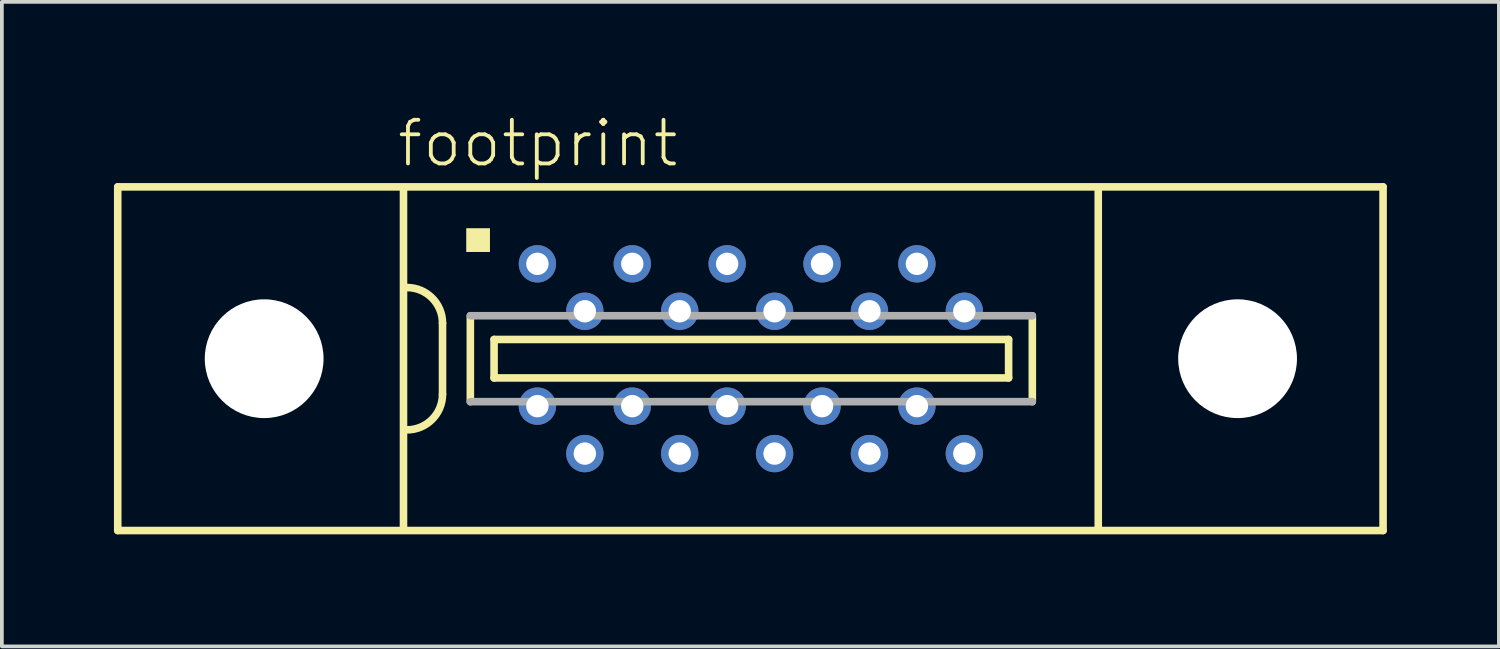
<source format=kicad_pcb>
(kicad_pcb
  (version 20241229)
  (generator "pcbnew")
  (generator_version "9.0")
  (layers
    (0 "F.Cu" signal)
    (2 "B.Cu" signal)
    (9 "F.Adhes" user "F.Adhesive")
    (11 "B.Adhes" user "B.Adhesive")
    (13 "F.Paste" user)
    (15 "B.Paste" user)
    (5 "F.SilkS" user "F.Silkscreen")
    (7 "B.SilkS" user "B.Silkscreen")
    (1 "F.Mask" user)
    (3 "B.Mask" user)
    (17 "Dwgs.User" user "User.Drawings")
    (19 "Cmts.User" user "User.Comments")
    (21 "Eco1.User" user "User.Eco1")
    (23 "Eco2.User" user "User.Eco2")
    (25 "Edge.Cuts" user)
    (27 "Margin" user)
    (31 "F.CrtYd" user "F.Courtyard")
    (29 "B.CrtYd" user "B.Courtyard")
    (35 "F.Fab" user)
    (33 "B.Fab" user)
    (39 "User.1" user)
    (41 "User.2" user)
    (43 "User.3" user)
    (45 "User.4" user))
  (footprint "footprint"
    (layer "F.Cu")
    (at 17.052 6.553)
    (property "Reference" "footprint" (at -9.525 -5.08 0) (layer "F.SilkS") (effects (font (size 1.168 1.168) (thickness 0.102)) (justify left bottom)))
    (fp_line (start -16.95 -4.6) (end -16.95 4.6) (stroke (width 0.203) (type solid)) (layer "F.SilkS"))
    (fp_line (start -16.95 4.6) (end 16.925 4.6) (stroke (width 0.203) (type solid)) (layer "F.SilkS"))
    (fp_line (start -9.3 -4.55) (end -9.3 4.55) (stroke (width 0.203) (type solid)) (layer "F.SilkS"))
    (fp_line (start -8.255 -0.953) (end -8.255 0.953) (stroke (width 0.203) (type solid)) (layer "F.SilkS"))
    (fp_line (start -7.51 -1.15) (end -7.51 1.15) (stroke (width 0.203) (type solid)) (layer "F.SilkS"))
    (fp_line (start -6.875 -0.515) (end -6.875 0.515) (stroke (width 0.203) (type solid)) (layer "F.SilkS"))
    (fp_line (start -6.875 0.515) (end 6.9 0.515) (stroke (width 0.203) (type solid)) (layer "F.SilkS"))
    (fp_line (start 6.9 -0.515) (end -6.875 -0.515) (stroke (width 0.203) (type solid)) (layer "F.SilkS"))
    (fp_line (start 6.9 0.515) (end 6.9 -0.515) (stroke (width 0.203) (type solid)) (layer "F.SilkS"))
    (fp_line (start 7.535 1.15) (end 7.535 -1.15) (stroke (width 0.203) (type solid)) (layer "F.SilkS"))
    (fp_line (start 9.3 4.55) (end 9.3 -4.55) (stroke (width 0.203) (type solid)) (layer "F.SilkS"))
    (fp_line (start 16.925 -4.6) (end -16.95 -4.6) (stroke (width 0.203) (type solid)) (layer "F.SilkS"))
    (fp_line (start 16.925 4.6) (end 16.925 -4.6) (stroke (width 0.203) (type solid)) (layer "F.SilkS"))
    (fp_arc (start -9.2075 -1.905) (mid -8.533981 -1.626019) (end -8.255 -0.9525) (stroke (width 0.2032) (type solid)) (layer "F.SilkS"))
    (fp_arc (start -8.255 0.9525) (mid -8.53401 1.625989) (end -9.207499 1.904999) (stroke (width 0.2032) (type solid)) (layer "F.SilkS"))
    (fp_poly (pts (xy -7.62 -2.857) (xy -6.985 -2.857) (xy -6.985 -3.493) (xy -7.62 -3.493)) (stroke (width 0) (type solid)) (fill yes) (layer "F.SilkS"))
    (fp_line (start -7.51 1.15) (end 7.535 1.15) (stroke (width 0.203) (type solid)) (layer "F.Fab"))
    (fp_line (start 7.535 -1.15) (end -7.51 -1.15) (stroke (width 0.203) (type solid)) (layer "F.Fab"))
    (pad "" np_thru_hole circle (at -13.03 0) (size 3.18 3.18) (drill 3.18) (layers "*.Cu" "*.Mask"))
    (pad "" np_thru_hole circle (at 13.03 0) (size 3.18 3.18) (drill 3.18) (layers "*.Cu" "*.Mask"))
    (pad "1" thru_hole circle (at -5.715 -2.54) (size 1 1) (drill 0.6) (layers "*.Cu" "*.Mask"))
    (pad "2" thru_hole circle (at -4.445 -1.27) (size 1 1) (drill 0.6) (layers "*.Cu" "*.Mask"))
    (pad "3" thru_hole circle (at -3.175 -2.54) (size 1 1) (drill 0.6) (layers "*.Cu" "*.Mask"))
    (pad "4" thru_hole circle (at -1.905 -1.27) (size 1 1) (drill 0.6) (layers "*.Cu" "*.Mask"))
    (pad "5" thru_hole circle (at -0.635 -2.54) (size 1 1) (drill 0.6) (layers "*.Cu" "*.Mask"))
    (pad "6" thru_hole circle (at 0.635 -1.27 180) (size 1 1) (drill 0.6) (layers "*.Cu" "*.Mask"))
    (pad "7" thru_hole circle (at 1.905 -2.54 180) (size 1 1) (drill 0.6) (layers "*.Cu" "*.Mask"))
    (pad "8" thru_hole circle (at 3.175 -1.27 180) (size 1 1) (drill 0.6) (layers "*.Cu" "*.Mask"))
    (pad "9" thru_hole circle (at 4.445 -2.54 180) (size 1 1) (drill 0.6) (layers "*.Cu" "*.Mask"))
    (pad "10" thru_hole circle (at 5.715 -1.27 180) (size 1 1) (drill 0.6) (layers "*.Cu" "*.Mask"))
    (pad "11" thru_hole circle (at -5.715 1.27 180) (size 1 1) (drill 0.6) (layers "*.Cu" "*.Mask"))
    (pad "12" thru_hole circle (at -4.445 2.54 180) (size 1 1) (drill 0.6) (layers "*.Cu" "*.Mask"))
    (pad "13" thru_hole circle (at -3.175 1.27 180) (size 1 1) (drill 0.6) (layers "*.Cu" "*.Mask"))
    (pad "14" thru_hole circle (at -1.905 2.54 180) (size 1 1) (drill 0.6) (layers "*.Cu" "*.Mask"))
    (pad "15" thru_hole circle (at -0.635 1.27 180) (size 1 1) (drill 0.6) (layers "*.Cu" "*.Mask"))
    (pad "16" thru_hole circle (at 0.635 2.54 180) (size 1 1) (drill 0.6) (layers "*.Cu" "*.Mask"))
    (pad "17" thru_hole circle (at 1.905 1.27 180) (size 1 1) (drill 0.6) (layers "*.Cu" "*.Mask"))
    (pad "18" thru_hole circle (at 3.175 2.54 180) (size 1 1) (drill 0.6) (layers "*.Cu" "*.Mask"))
    (pad "19" thru_hole circle (at 4.445 1.27 180) (size 1 1) (drill 0.6) (layers "*.Cu" "*.Mask"))
    (pad "20" thru_hole circle (at 5.715 2.54 180) (size 1 1) (drill 0.6) (layers "*.Cu" "*.Mask")))
  (gr_rect
    (start -3 -3)
    (end 37.078 14.255)
    (stroke (width 0.1) (type default))
    (fill no)
    (layer "Edge.Cuts")))
</source>
